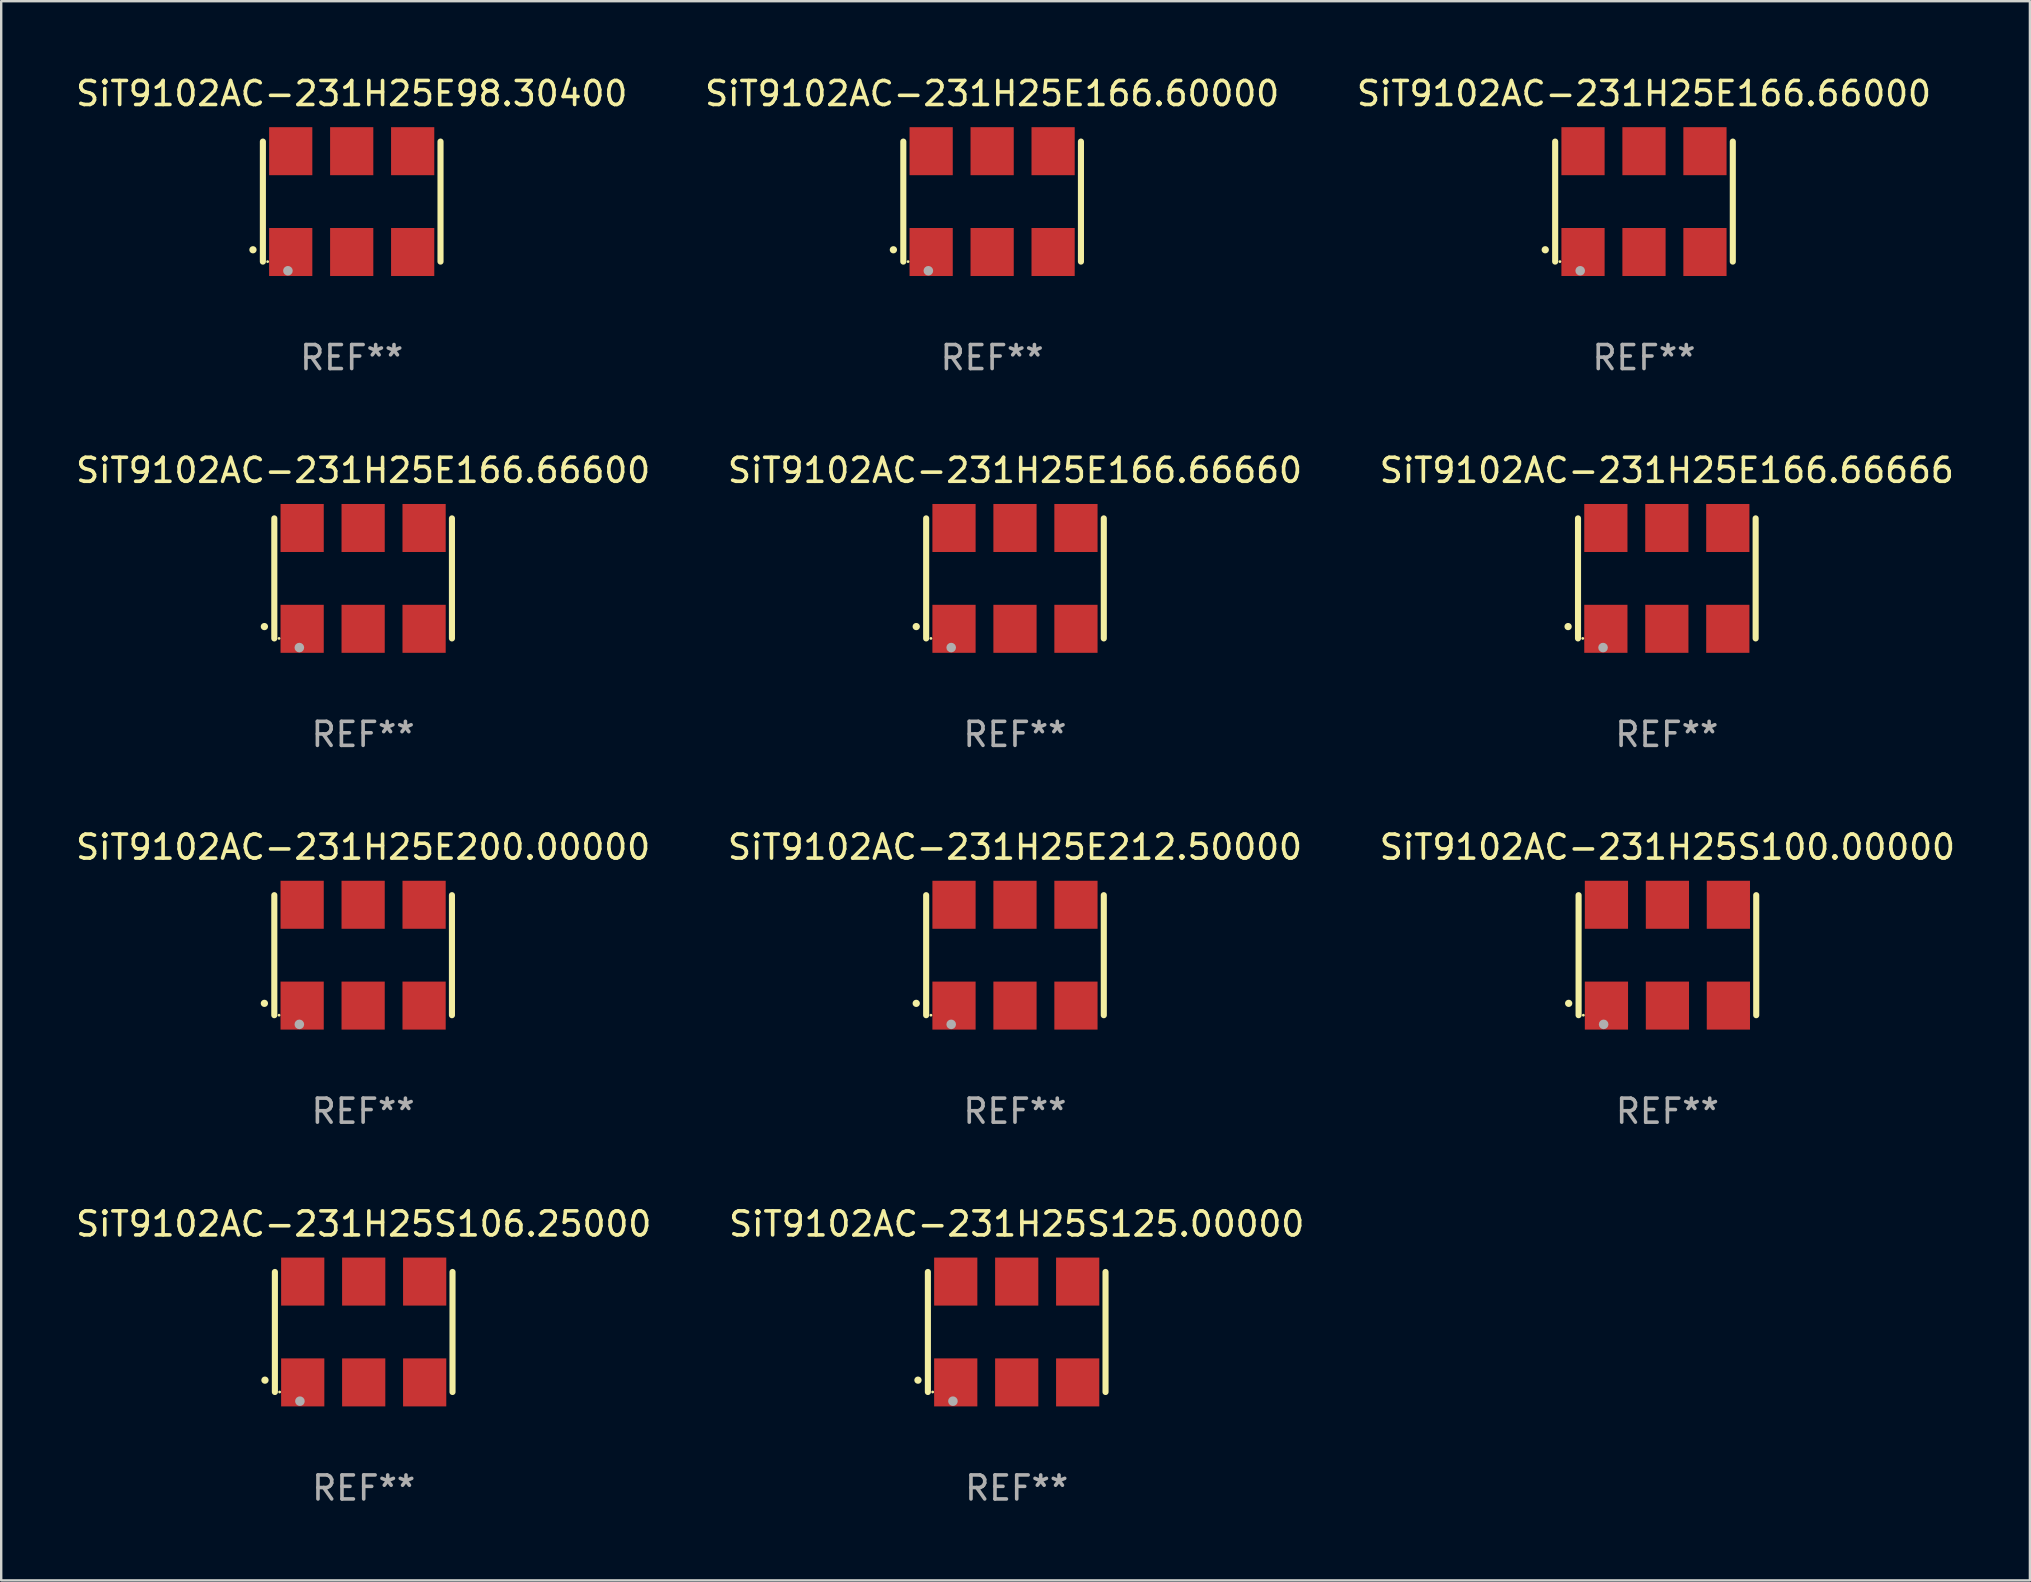
<source format=kicad_pcb>
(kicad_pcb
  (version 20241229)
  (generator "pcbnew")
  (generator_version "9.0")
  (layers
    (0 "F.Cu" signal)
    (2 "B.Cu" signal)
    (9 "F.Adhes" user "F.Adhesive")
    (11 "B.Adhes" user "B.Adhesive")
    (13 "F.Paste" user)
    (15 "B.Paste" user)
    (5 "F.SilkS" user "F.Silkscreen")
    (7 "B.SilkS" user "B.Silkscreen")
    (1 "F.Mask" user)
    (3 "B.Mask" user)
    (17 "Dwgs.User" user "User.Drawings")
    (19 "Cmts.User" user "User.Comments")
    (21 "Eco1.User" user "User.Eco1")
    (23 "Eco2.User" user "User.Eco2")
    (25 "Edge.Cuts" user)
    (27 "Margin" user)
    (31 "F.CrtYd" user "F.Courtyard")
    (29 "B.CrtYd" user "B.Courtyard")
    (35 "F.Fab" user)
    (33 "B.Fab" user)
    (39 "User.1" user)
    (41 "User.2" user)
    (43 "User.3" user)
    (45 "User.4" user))
  (footprint "SiT9102AC-231H25E212.50000"
    (layer "F.Cu")
    (at 39.232 36.741)
    (property "Reference" "SiT9102AC-231H25E212.50000" (at 0 -4.5 0) (layer "F.SilkS") (effects (font (size 1 1) (thickness 0.15))))
    (attr through_hole)
    (fp_line (start -3.7 -2.5) (end -3.7 2.5) (stroke (width 0.254) (type solid)) (layer "F.SilkS"))
    (fp_line (start 3.7 -2.5) (end 3.7 2.5) (stroke (width 0.254) (type solid)) (layer "F.SilkS"))
    (fp_arc (start -4.114415 2.006604) (mid -4.113145 2.006599) (end -4.111875 2.006604) (stroke (width 0.3) (type solid)) (layer "F.SilkS"))
    (fp_circle (center -3.502 2.5) (end -3.472 2.5) (stroke (width 0.06) (type solid)) (fill no) (layer "F.SilkS"))
    (fp_circle (center -2.657 2.882) (end -2.557 2.882) (stroke (width 0.2) (type solid)) (fill no) (layer "F.Fab"))
    (fp_text user "REF**" (at 0 6.5 0) (layer "F.Fab") (effects (font (size 1 1) (thickness 0.15))))
    (pad "1" smd rect (at -2.54 2.1) (size 1.8 2) (layers "F.Cu" "F.Mask" "F.Paste"))
    (pad "2" smd rect (at 0.000394 2.1) (size 1.8 2) (layers "F.Cu" "F.Mask" "F.Paste"))
    (pad "3" smd rect (at 2.54 2.1) (size 1.8 2) (layers "F.Cu" "F.Mask" "F.Paste"))
    (pad "4" smd rect (at 2.54 -2.1) (size 1.8 2) (layers "F.Cu" "F.Mask" "F.Paste"))
    (pad "5" smd rect (at 0.000394 -2.1) (size 1.8 2) (layers "F.Cu" "F.Mask" "F.Paste"))
    (pad "6" smd rect (at -2.54 -2.1) (size 1.8 2) (layers "F.Cu" "F.Mask" "F.Paste")))
  (footprint "SiT9102AC-231H25E166.66600"
    (layer "F.Cu")
    (at 12.077 21.045)
    (property "Reference" "SiT9102AC-231H25E166.66600" (at 0 -4.5 0) (layer "F.SilkS") (effects (font (size 1 1) (thickness 0.15))))
    (attr through_hole)
    (fp_line (start -3.7 -2.5) (end -3.7 2.5) (stroke (width 0.254) (type solid)) (layer "F.SilkS"))
    (fp_line (start 3.7 -2.5) (end 3.7 2.5) (stroke (width 0.254) (type solid)) (layer "F.SilkS"))
    (fp_arc (start -4.114415 2.006604) (mid -4.113145 2.006599) (end -4.111875 2.006604) (stroke (width 0.3) (type solid)) (layer "F.SilkS"))
    (fp_circle (center -3.502 2.5) (end -3.472 2.5) (stroke (width 0.06) (type solid)) (fill no) (layer "F.SilkS"))
    (fp_circle (center -2.657 2.882) (end -2.557 2.882) (stroke (width 0.2) (type solid)) (fill no) (layer "F.Fab"))
    (fp_text user "REF**" (at 0 6.5 0) (layer "F.Fab") (effects (font (size 1 1) (thickness 0.15))))
    (pad "1" smd rect (at -2.54 2.1) (size 1.8 2) (layers "F.Cu" "F.Mask" "F.Paste"))
    (pad "2" smd rect (at 0.000394 2.1) (size 1.8 2) (layers "F.Cu" "F.Mask" "F.Paste"))
    (pad "3" smd rect (at 2.54 2.1) (size 1.8 2) (layers "F.Cu" "F.Mask" "F.Paste"))
    (pad "4" smd rect (at 2.54 -2.1) (size 1.8 2) (layers "F.Cu" "F.Mask" "F.Paste"))
    (pad "5" smd rect (at 0.000394 -2.1) (size 1.8 2) (layers "F.Cu" "F.Mask" "F.Paste"))
    (pad "6" smd rect (at -2.54 -2.1) (size 1.8 2) (layers "F.Cu" "F.Mask" "F.Paste")))
  (footprint "SiT9102AC-231H25S106.25000"
    (layer "F.Cu")
    (at 12.101 52.438)
    (property "Reference" "SiT9102AC-231H25S106.25000" (at 0 -4.5 0) (layer "F.SilkS") (effects (font (size 1 1) (thickness 0.15))))
    (attr through_hole)
    (fp_line (start -3.7 -2.5) (end -3.7 2.5) (stroke (width 0.254) (type solid)) (layer "F.SilkS"))
    (fp_line (start 3.7 -2.5) (end 3.7 2.5) (stroke (width 0.254) (type solid)) (layer "F.SilkS"))
    (fp_arc (start -4.114415 2.006604) (mid -4.113145 2.006599) (end -4.111875 2.006604) (stroke (width 0.3) (type solid)) (layer "F.SilkS"))
    (fp_circle (center -3.502 2.5) (end -3.472 2.5) (stroke (width 0.06) (type solid)) (fill no) (layer "F.SilkS"))
    (fp_circle (center -2.657 2.882) (end -2.557 2.882) (stroke (width 0.2) (type solid)) (fill no) (layer "F.Fab"))
    (fp_text user "REF**" (at 0 6.5 0) (layer "F.Fab") (effects (font (size 1 1) (thickness 0.15))))
    (pad "1" smd rect (at -2.54 2.1) (size 1.8 2) (layers "F.Cu" "F.Mask" "F.Paste"))
    (pad "2" smd rect (at 0.000394 2.1) (size 1.8 2) (layers "F.Cu" "F.Mask" "F.Paste"))
    (pad "3" smd rect (at 2.54 2.1) (size 1.8 2) (layers "F.Cu" "F.Mask" "F.Paste"))
    (pad "4" smd rect (at 2.54 -2.1) (size 1.8 2) (layers "F.Cu" "F.Mask" "F.Paste"))
    (pad "5" smd rect (at 0.000394 -2.1) (size 1.8 2) (layers "F.Cu" "F.Mask" "F.Paste"))
    (pad "6" smd rect (at -2.54 -2.1) (size 1.8 2) (layers "F.Cu" "F.Mask" "F.Paste")))
  (footprint "SiT9102AC-231H25E200.00000"
    (layer "F.Cu")
    (at 12.077 36.741)
    (property "Reference" "SiT9102AC-231H25E200.00000" (at 0 -4.5 0) (layer "F.SilkS") (effects (font (size 1 1) (thickness 0.15))))
    (attr through_hole)
    (fp_line (start -3.7 -2.5) (end -3.7 2.5) (stroke (width 0.254) (type solid)) (layer "F.SilkS"))
    (fp_line (start 3.7 -2.5) (end 3.7 2.5) (stroke (width 0.254) (type solid)) (layer "F.SilkS"))
    (fp_arc (start -4.114415 2.006604) (mid -4.113145 2.006599) (end -4.111875 2.006604) (stroke (width 0.3) (type solid)) (layer "F.SilkS"))
    (fp_circle (center -3.502 2.5) (end -3.472 2.5) (stroke (width 0.06) (type solid)) (fill no) (layer "F.SilkS"))
    (fp_circle (center -2.657 2.882) (end -2.557 2.882) (stroke (width 0.2) (type solid)) (fill no) (layer "F.Fab"))
    (fp_text user "REF**" (at 0 6.5 0) (layer "F.Fab") (effects (font (size 1 1) (thickness 0.15))))
    (pad "1" smd rect (at -2.54 2.1) (size 1.8 2) (layers "F.Cu" "F.Mask" "F.Paste"))
    (pad "2" smd rect (at 0.000394 2.1) (size 1.8 2) (layers "F.Cu" "F.Mask" "F.Paste"))
    (pad "3" smd rect (at 2.54 2.1) (size 1.8 2) (layers "F.Cu" "F.Mask" "F.Paste"))
    (pad "4" smd rect (at 2.54 -2.1) (size 1.8 2) (layers "F.Cu" "F.Mask" "F.Paste"))
    (pad "5" smd rect (at 0.000394 -2.1) (size 1.8 2) (layers "F.Cu" "F.Mask" "F.Paste"))
    (pad "6" smd rect (at -2.54 -2.1) (size 1.8 2) (layers "F.Cu" "F.Mask" "F.Paste")))
  (footprint "SiT9102AC-231H25E98.30400"
    (layer "F.Cu")
    (at 11.601 5.348)
    (property "Reference" "SiT9102AC-231H25E98.30400" (at 0 -4.5 0) (layer "F.SilkS") (effects (font (size 1 1) (thickness 0.15))))
    (attr through_hole)
    (fp_line (start -3.7 -2.5) (end -3.7 2.5) (stroke (width 0.254) (type solid)) (layer "F.SilkS"))
    (fp_line (start 3.7 -2.5) (end 3.7 2.5) (stroke (width 0.254) (type solid)) (layer "F.SilkS"))
    (fp_arc (start -4.114415 2.006604) (mid -4.113145 2.006599) (end -4.111875 2.006604) (stroke (width 0.3) (type solid)) (layer "F.SilkS"))
    (fp_circle (center -3.502 2.5) (end -3.472 2.5) (stroke (width 0.06) (type solid)) (fill no) (layer "F.SilkS"))
    (fp_circle (center -2.657 2.882) (end -2.557 2.882) (stroke (width 0.2) (type solid)) (fill no) (layer "F.Fab"))
    (fp_text user "REF**" (at 0 6.5 0) (layer "F.Fab") (effects (font (size 1 1) (thickness 0.15))))
    (pad "1" smd rect (at -2.54 2.1) (size 1.8 2) (layers "F.Cu" "F.Mask" "F.Paste"))
    (pad "2" smd rect (at 0.000394 2.1) (size 1.8 2) (layers "F.Cu" "F.Mask" "F.Paste"))
    (pad "3" smd rect (at 2.54 2.1) (size 1.8 2) (layers "F.Cu" "F.Mask" "F.Paste"))
    (pad "4" smd rect (at 2.54 -2.1) (size 1.8 2) (layers "F.Cu" "F.Mask" "F.Paste"))
    (pad "5" smd rect (at 0.000394 -2.1) (size 1.8 2) (layers "F.Cu" "F.Mask" "F.Paste"))
    (pad "6" smd rect (at -2.54 -2.1) (size 1.8 2) (layers "F.Cu" "F.Mask" "F.Paste")))
  (footprint "SiT9102AC-231H25E166.66000"
    (layer "F.Cu")
    (at 65.435 5.348)
    (property "Reference" "SiT9102AC-231H25E166.66000" (at 0 -4.5 0) (layer "F.SilkS") (effects (font (size 1 1) (thickness 0.15))))
    (attr through_hole)
    (fp_line (start -3.7 -2.5) (end -3.7 2.5) (stroke (width 0.254) (type solid)) (layer "F.SilkS"))
    (fp_line (start 3.7 -2.5) (end 3.7 2.5) (stroke (width 0.254) (type solid)) (layer "F.SilkS"))
    (fp_arc (start -4.114415 2.006604) (mid -4.113145 2.006599) (end -4.111875 2.006604) (stroke (width 0.3) (type solid)) (layer "F.SilkS"))
    (fp_circle (center -3.502 2.5) (end -3.472 2.5) (stroke (width 0.06) (type solid)) (fill no) (layer "F.SilkS"))
    (fp_circle (center -2.657 2.882) (end -2.557 2.882) (stroke (width 0.2) (type solid)) (fill no) (layer "F.Fab"))
    (fp_text user "REF**" (at 0 6.5 0) (layer "F.Fab") (effects (font (size 1 1) (thickness 0.15))))
    (pad "1" smd rect (at -2.54 2.1) (size 1.8 2) (layers "F.Cu" "F.Mask" "F.Paste"))
    (pad "2" smd rect (at 0.000394 2.1) (size 1.8 2) (layers "F.Cu" "F.Mask" "F.Paste"))
    (pad "3" smd rect (at 2.54 2.1) (size 1.8 2) (layers "F.Cu" "F.Mask" "F.Paste"))
    (pad "4" smd rect (at 2.54 -2.1) (size 1.8 2) (layers "F.Cu" "F.Mask" "F.Paste"))
    (pad "5" smd rect (at 0.000394 -2.1) (size 1.8 2) (layers "F.Cu" "F.Mask" "F.Paste"))
    (pad "6" smd rect (at -2.54 -2.1) (size 1.8 2) (layers "F.Cu" "F.Mask" "F.Paste")))
  (footprint "SiT9102AC-231H25S125.00000"
    (layer "F.Cu")
    (at 39.304 52.438)
    (property "Reference" "SiT9102AC-231H25S125.00000" (at 0 -4.5 0) (layer "F.SilkS") (effects (font (size 1 1) (thickness 0.15))))
    (attr through_hole)
    (fp_line (start -3.7 -2.5) (end -3.7 2.5) (stroke (width 0.254) (type solid)) (layer "F.SilkS"))
    (fp_line (start 3.7 -2.5) (end 3.7 2.5) (stroke (width 0.254) (type solid)) (layer "F.SilkS"))
    (fp_arc (start -4.114415 2.006604) (mid -4.113145 2.006599) (end -4.111875 2.006604) (stroke (width 0.3) (type solid)) (layer "F.SilkS"))
    (fp_circle (center -3.502 2.5) (end -3.472 2.5) (stroke (width 0.06) (type solid)) (fill no) (layer "F.SilkS"))
    (fp_circle (center -2.657 2.882) (end -2.557 2.882) (stroke (width 0.2) (type solid)) (fill no) (layer "F.Fab"))
    (fp_text user "REF**" (at 0 6.5 0) (layer "F.Fab") (effects (font (size 1 1) (thickness 0.15))))
    (pad "1" smd rect (at -2.54 2.1) (size 1.8 2) (layers "F.Cu" "F.Mask" "F.Paste"))
    (pad "2" smd rect (at 0.000394 2.1) (size 1.8 2) (layers "F.Cu" "F.Mask" "F.Paste"))
    (pad "3" smd rect (at 2.54 2.1) (size 1.8 2) (layers "F.Cu" "F.Mask" "F.Paste"))
    (pad "4" smd rect (at 2.54 -2.1) (size 1.8 2) (layers "F.Cu" "F.Mask" "F.Paste"))
    (pad "5" smd rect (at 0.000394 -2.1) (size 1.8 2) (layers "F.Cu" "F.Mask" "F.Paste"))
    (pad "6" smd rect (at -2.54 -2.1) (size 1.8 2) (layers "F.Cu" "F.Mask" "F.Paste")))
  (footprint "SiT9102AC-231H25E166.66660"
    (layer "F.Cu")
    (at 39.232 21.045)
    (property "Reference" "SiT9102AC-231H25E166.66660" (at 0 -4.5 0) (layer "F.SilkS") (effects (font (size 1 1) (thickness 0.15))))
    (attr through_hole)
    (fp_line (start -3.7 -2.5) (end -3.7 2.5) (stroke (width 0.254) (type solid)) (layer "F.SilkS"))
    (fp_line (start 3.7 -2.5) (end 3.7 2.5) (stroke (width 0.254) (type solid)) (layer "F.SilkS"))
    (fp_arc (start -4.114415 2.006604) (mid -4.113145 2.006599) (end -4.111875 2.006604) (stroke (width 0.3) (type solid)) (layer "F.SilkS"))
    (fp_circle (center -3.502 2.5) (end -3.472 2.5) (stroke (width 0.06) (type solid)) (fill no) (layer "F.SilkS"))
    (fp_circle (center -2.657 2.882) (end -2.557 2.882) (stroke (width 0.2) (type solid)) (fill no) (layer "F.Fab"))
    (fp_text user "REF**" (at 0 6.5 0) (layer "F.Fab") (effects (font (size 1 1) (thickness 0.15))))
    (pad "1" smd rect (at -2.54 2.1) (size 1.8 2) (layers "F.Cu" "F.Mask" "F.Paste"))
    (pad "2" smd rect (at 0.000394 2.1) (size 1.8 2) (layers "F.Cu" "F.Mask" "F.Paste"))
    (pad "3" smd rect (at 2.54 2.1) (size 1.8 2) (layers "F.Cu" "F.Mask" "F.Paste"))
    (pad "4" smd rect (at 2.54 -2.1) (size 1.8 2) (layers "F.Cu" "F.Mask" "F.Paste"))
    (pad "5" smd rect (at 0.000394 -2.1) (size 1.8 2) (layers "F.Cu" "F.Mask" "F.Paste"))
    (pad "6" smd rect (at -2.54 -2.1) (size 1.8 2) (layers "F.Cu" "F.Mask" "F.Paste")))
  (footprint "SiT9102AC-231H25E166.60000"
    (layer "F.Cu")
    (at 38.28 5.348)
    (property "Reference" "SiT9102AC-231H25E166.60000" (at 0 -4.5 0) (layer "F.SilkS") (effects (font (size 1 1) (thickness 0.15))))
    (attr through_hole)
    (fp_line (start -3.7 -2.5) (end -3.7 2.5) (stroke (width 0.254) (type solid)) (layer "F.SilkS"))
    (fp_line (start 3.7 -2.5) (end 3.7 2.5) (stroke (width 0.254) (type solid)) (layer "F.SilkS"))
    (fp_arc (start -4.114415 2.006604) (mid -4.113145 2.006599) (end -4.111875 2.006604) (stroke (width 0.3) (type solid)) (layer "F.SilkS"))
    (fp_circle (center -3.502 2.5) (end -3.472 2.5) (stroke (width 0.06) (type solid)) (fill no) (layer "F.SilkS"))
    (fp_circle (center -2.657 2.882) (end -2.557 2.882) (stroke (width 0.2) (type solid)) (fill no) (layer "F.Fab"))
    (fp_text user "REF**" (at 0 6.5 0) (layer "F.Fab") (effects (font (size 1 1) (thickness 0.15))))
    (pad "1" smd rect (at -2.54 2.1) (size 1.8 2) (layers "F.Cu" "F.Mask" "F.Paste"))
    (pad "2" smd rect (at 0.000394 2.1) (size 1.8 2) (layers "F.Cu" "F.Mask" "F.Paste"))
    (pad "3" smd rect (at 2.54 2.1) (size 1.8 2) (layers "F.Cu" "F.Mask" "F.Paste"))
    (pad "4" smd rect (at 2.54 -2.1) (size 1.8 2) (layers "F.Cu" "F.Mask" "F.Paste"))
    (pad "5" smd rect (at 0.000394 -2.1) (size 1.8 2) (layers "F.Cu" "F.Mask" "F.Paste"))
    (pad "6" smd rect (at -2.54 -2.1) (size 1.8 2) (layers "F.Cu" "F.Mask" "F.Paste")))
  (footprint "SiT9102AC-231H25S100.00000"
    (layer "F.Cu")
    (at 66.411 36.741)
    (property "Reference" "SiT9102AC-231H25S100.00000" (at 0 -4.5 0) (layer "F.SilkS") (effects (font (size 1 1) (thickness 0.15))))
    (attr through_hole)
    (fp_line (start -3.7 -2.5) (end -3.7 2.5) (stroke (width 0.254) (type solid)) (layer "F.SilkS"))
    (fp_line (start 3.7 -2.5) (end 3.7 2.5) (stroke (width 0.254) (type solid)) (layer "F.SilkS"))
    (fp_arc (start -4.114415 2.006604) (mid -4.113145 2.006599) (end -4.111875 2.006604) (stroke (width 0.3) (type solid)) (layer "F.SilkS"))
    (fp_circle (center -3.502 2.5) (end -3.472 2.5) (stroke (width 0.06) (type solid)) (fill no) (layer "F.SilkS"))
    (fp_circle (center -2.657 2.882) (end -2.557 2.882) (stroke (width 0.2) (type solid)) (fill no) (layer "F.Fab"))
    (fp_text user "REF**" (at 0 6.5 0) (layer "F.Fab") (effects (font (size 1 1) (thickness 0.15))))
    (pad "1" smd rect (at -2.54 2.1) (size 1.8 2) (layers "F.Cu" "F.Mask" "F.Paste"))
    (pad "2" smd rect (at 0.000394 2.1) (size 1.8 2) (layers "F.Cu" "F.Mask" "F.Paste"))
    (pad "3" smd rect (at 2.54 2.1) (size 1.8 2) (layers "F.Cu" "F.Mask" "F.Paste"))
    (pad "4" smd rect (at 2.54 -2.1) (size 1.8 2) (layers "F.Cu" "F.Mask" "F.Paste"))
    (pad "5" smd rect (at 0.000394 -2.1) (size 1.8 2) (layers "F.Cu" "F.Mask" "F.Paste"))
    (pad "6" smd rect (at -2.54 -2.1) (size 1.8 2) (layers "F.Cu" "F.Mask" "F.Paste")))
  (footprint "SiT9102AC-231H25E166.66666"
    (layer "F.Cu")
    (at 66.387 21.045)
    (property "Reference" "SiT9102AC-231H25E166.66666" (at 0 -4.5 0) (layer "F.SilkS") (effects (font (size 1 1) (thickness 0.15))))
    (attr through_hole)
    (fp_line (start -3.7 -2.5) (end -3.7 2.5) (stroke (width 0.254) (type solid)) (layer "F.SilkS"))
    (fp_line (start 3.7 -2.5) (end 3.7 2.5) (stroke (width 0.254) (type solid)) (layer "F.SilkS"))
    (fp_arc (start -4.114415 2.006604) (mid -4.113145 2.006599) (end -4.111875 2.006604) (stroke (width 0.3) (type solid)) (layer "F.SilkS"))
    (fp_circle (center -3.502 2.5) (end -3.472 2.5) (stroke (width 0.06) (type solid)) (fill no) (layer "F.SilkS"))
    (fp_circle (center -2.657 2.882) (end -2.557 2.882) (stroke (width 0.2) (type solid)) (fill no) (layer "F.Fab"))
    (fp_text user "REF**" (at 0 6.5 0) (layer "F.Fab") (effects (font (size 1 1) (thickness 0.15))))
    (pad "1" smd rect (at -2.54 2.1) (size 1.8 2) (layers "F.Cu" "F.Mask" "F.Paste"))
    (pad "2" smd rect (at 0.000394 2.1) (size 1.8 2) (layers "F.Cu" "F.Mask" "F.Paste"))
    (pad "3" smd rect (at 2.54 2.1) (size 1.8 2) (layers "F.Cu" "F.Mask" "F.Paste"))
    (pad "4" smd rect (at 2.54 -2.1) (size 1.8 2) (layers "F.Cu" "F.Mask" "F.Paste"))
    (pad "5" smd rect (at 0.000394 -2.1) (size 1.8 2) (layers "F.Cu" "F.Mask" "F.Paste"))
    (pad "6" smd rect (at -2.54 -2.1) (size 1.8 2) (layers "F.Cu" "F.Mask" "F.Paste")))
  (gr_rect
    (start -3 -3)
    (end 81.512 62.786)
    (stroke (width 0.1) (type default))
    (fill no)
    (layer "Edge.Cuts")))
</source>
